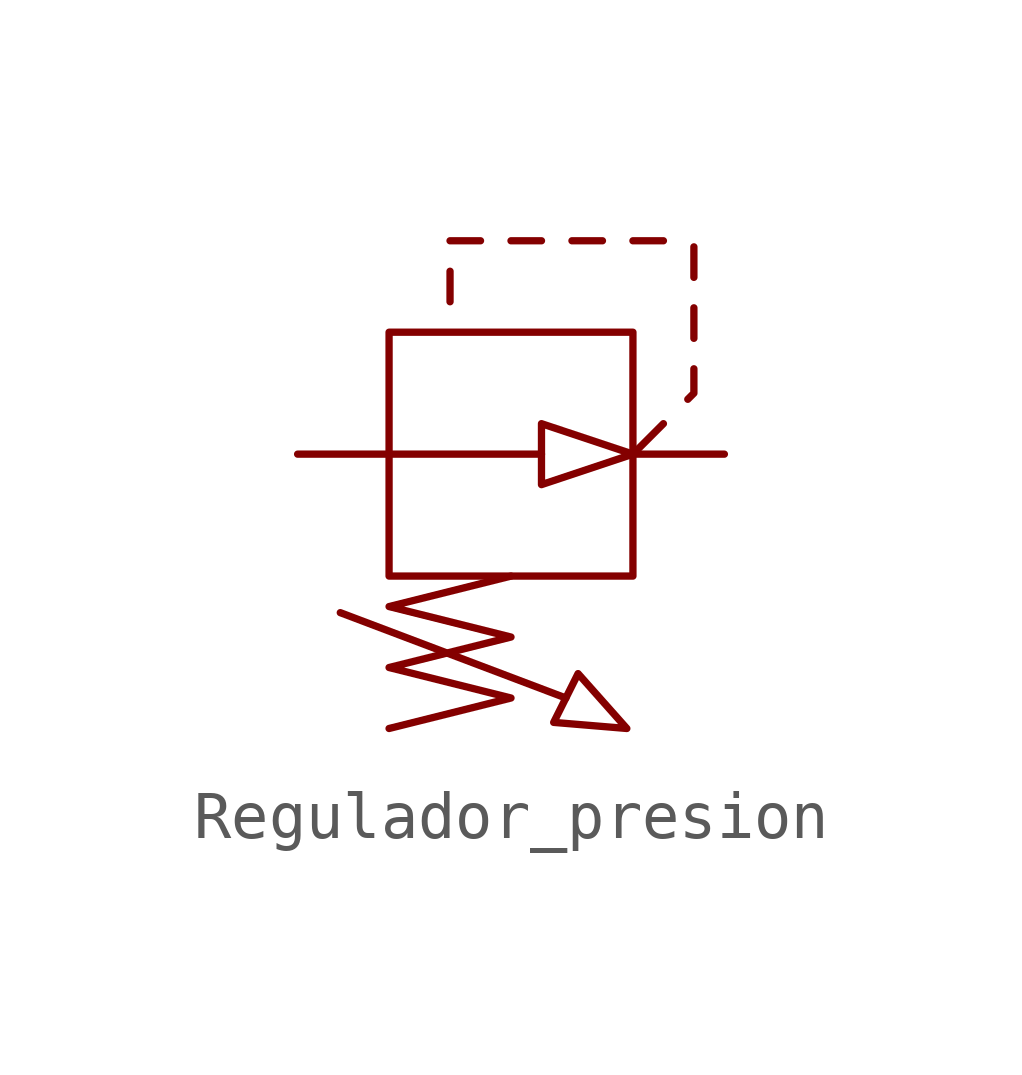
<source format=kicad_sym>
(kicad_symbol_lib
  (version 20211014)
  (generator kicad_symbol_editor)
  (symbol "Regulador_presion"
    (pin_names
      (offset 1.016))
    (property "Reference" "V"
      (at -7.62 3.81 0)
      (effects (font (size 2.54 2.54)) (justify left) hide))
    (symbol "Regulador_presion_0_1"
      (rectangle (start 0 -2.54) (end -5.08 2.54) (stroke (width 0) (type default) (color 0 0 0 0)) (fill (type none)))
      (polyline (pts (xy -3.81 3.81) (xy -3.81 3.175)) (stroke (width 0) (type default) (color 0 0 0 0)) (fill (type none)))
      (polyline (pts (xy -3.175 4.445) (xy -3.81 4.445)) (stroke (width 0) (type default) (color 0 0 0 0)) (fill (type none)))
      (polyline (pts (xy -1.905 0) (xy -5.08 0)) (stroke (width 0) (type default) (color 0 0 0 0)) (fill (type none)))
      (polyline (pts (xy -1.905 4.445) (xy -2.54 4.445)) (stroke (width 0) (type default) (color 0 0 0 0)) (fill (type none)))
      (polyline (pts (xy -1.397 -5.08) (xy -6.096 -3.302)) (stroke (width 0) (type default) (color 0 0 0 0)) (fill (type none)))
      (polyline (pts (xy -0.635 4.445) (xy -1.27 4.445)) (stroke (width 0) (type default) (color 0 0 0 0)) (fill (type none)))
      (polyline (pts (xy 0 0) (xy 0.635 0.635)) (stroke (width 0) (type default) (color 0 0 0 0)) (fill (type none)))
      (polyline (pts (xy 0.635 4.445) (xy 0 4.445)) (stroke (width 0) (type default) (color 0 0 0 0)) (fill (type none)))
      (polyline (pts (xy 1.27 2.413) (xy 1.27 3.048)) (stroke (width 0) (type default) (color 0 0 0 0)) (fill (type none)))
      (polyline (pts (xy 1.27 3.683) (xy 1.27 4.318)) (stroke (width 0) (type default) (color 0 0 0 0)) (fill (type none)))
      (polyline (pts (xy 1.143 1.143) (xy 1.27 1.27) (xy 1.27 1.778)) (stroke (width 0) (type default) (color 0 0 0 0)) (fill (type none)))
      (polyline (pts (xy 0 0) (xy -1.905 0.635) (xy -1.905 -0.635) (xy 0 0)) (stroke (width 0) (type default) (color 0 0 0 0)) (fill (type none)))
      (polyline (pts (xy -0.127 -5.715) (xy -1.651 -5.588) (xy -1.397 -5.08) (xy -1.143 -4.572) (xy -0.127 -5.715)) (stroke (width 0) (type default) (color 0 0 0 0)) (fill (type none)))
      (polyline (pts (xy -2.54 -2.54) (xy -5.08 -3.175) (xy -2.54 -3.81) (xy -5.08 -4.445) (xy -2.54 -5.08) (xy -5.08 -5.715)) (stroke (width 0) (type default) (color 0 0 0 0)) (fill (type none))))
    (symbol "Regulador_presion_1_1"
      (pin input line (at -6.985 0 0) (length 1.905) (name "" (effects (font (size 1.27 1.27)))) (number "" (effects (font (size 1.27 1.27)))))
      (pin output line (at 1.905 0 180) (length 1.905) (name "" (effects (font (size 1.27 1.27)))) (number "" (effects (font (size 1.27 1.27))))))))
</source>
